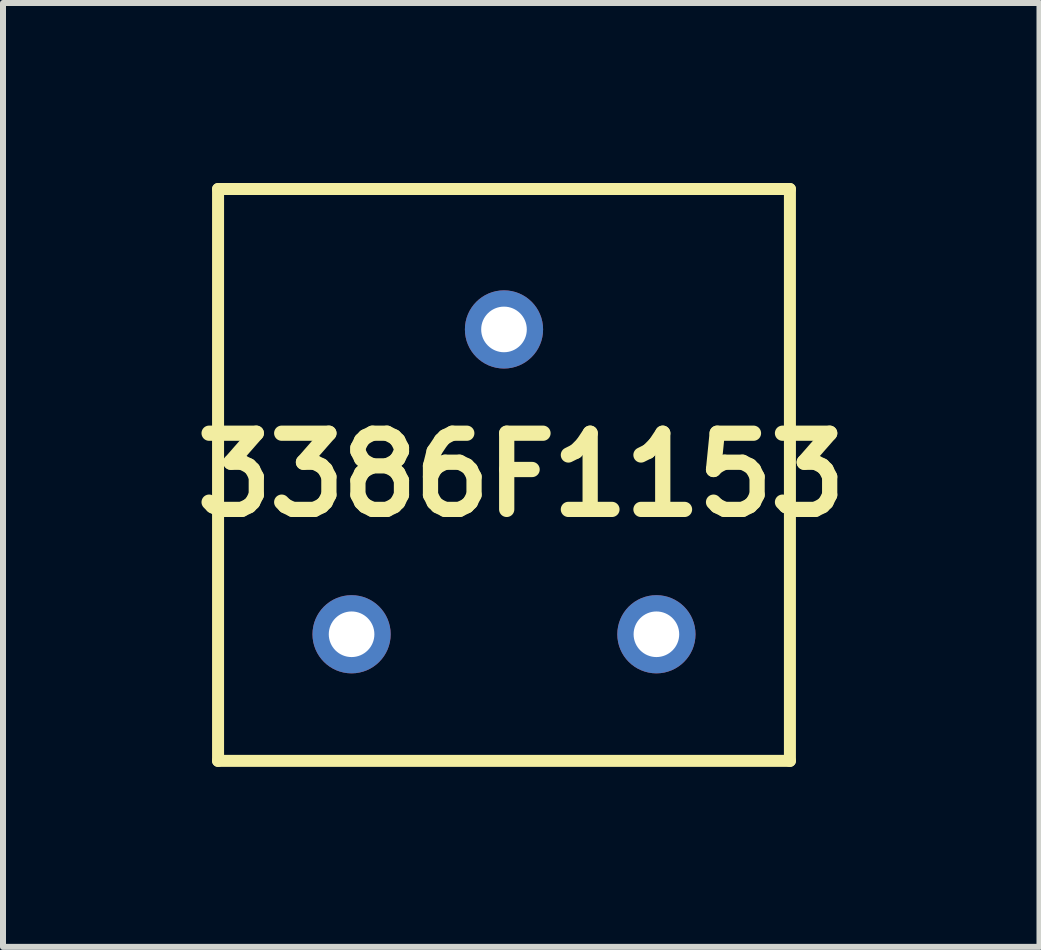
<source format=kicad_pcb>
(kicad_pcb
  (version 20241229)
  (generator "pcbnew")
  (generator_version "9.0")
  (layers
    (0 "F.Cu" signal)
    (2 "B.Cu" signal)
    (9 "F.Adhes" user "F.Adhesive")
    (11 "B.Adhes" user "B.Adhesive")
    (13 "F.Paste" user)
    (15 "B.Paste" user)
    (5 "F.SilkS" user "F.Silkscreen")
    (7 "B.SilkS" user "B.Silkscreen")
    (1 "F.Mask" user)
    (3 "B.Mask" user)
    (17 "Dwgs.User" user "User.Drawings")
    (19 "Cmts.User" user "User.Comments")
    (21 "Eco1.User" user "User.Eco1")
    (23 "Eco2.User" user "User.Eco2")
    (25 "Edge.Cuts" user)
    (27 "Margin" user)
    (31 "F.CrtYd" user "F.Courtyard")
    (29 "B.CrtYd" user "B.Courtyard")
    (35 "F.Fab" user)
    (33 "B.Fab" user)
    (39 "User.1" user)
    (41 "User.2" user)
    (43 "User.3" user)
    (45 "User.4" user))
  (footprint "3386F1153"
    (layer "F.Cu")
    (at 7.889 7.52)
    (property "Reference" "3386F1153" (at -2.253 -2.655 0) (layer "F.SilkS") (effects (font (size 1.27 1.27) (thickness 0.254))))
    (attr through_hole exclude_from_pos_files)
    (fp_line (start -7.305 -7.42) (end -7.305 2.11) (stroke (width 0.2) (type solid)) (layer "F.SilkS"))
    (fp_line (start -7.305 2.11) (end 2.225 2.11) (stroke (width 0.2) (type solid)) (layer "F.SilkS"))
    (fp_line (start 2.225 -7.42) (end -7.305 -7.42) (stroke (width 0.2) (type solid)) (layer "F.SilkS"))
    (fp_line (start 2.225 2.11) (end 2.225 -7.42) (stroke (width 0.2) (type solid)) (layer "F.SilkS"))
    (pad "1" thru_hole circle (at 0 0 90) (size 1.303 1.303) (drill 0.76) (layers "*.Cu" "*.Mask"))
    (pad "2" thru_hole circle (at -2.54 -5.08 90) (size 1.303 1.303) (drill 0.76) (layers "*.Cu" "*.Mask"))
    (pad "3" thru_hole circle (at -5.08 0 90) (size 1.303 1.303) (drill 0.76) (layers "*.Cu" "*.Mask")))
  (gr_rect
    (start -3 -3)
    (end 14.273 12.73)
    (stroke (width 0.1) (type default))
    (fill no)
    (layer "Edge.Cuts")))
</source>
